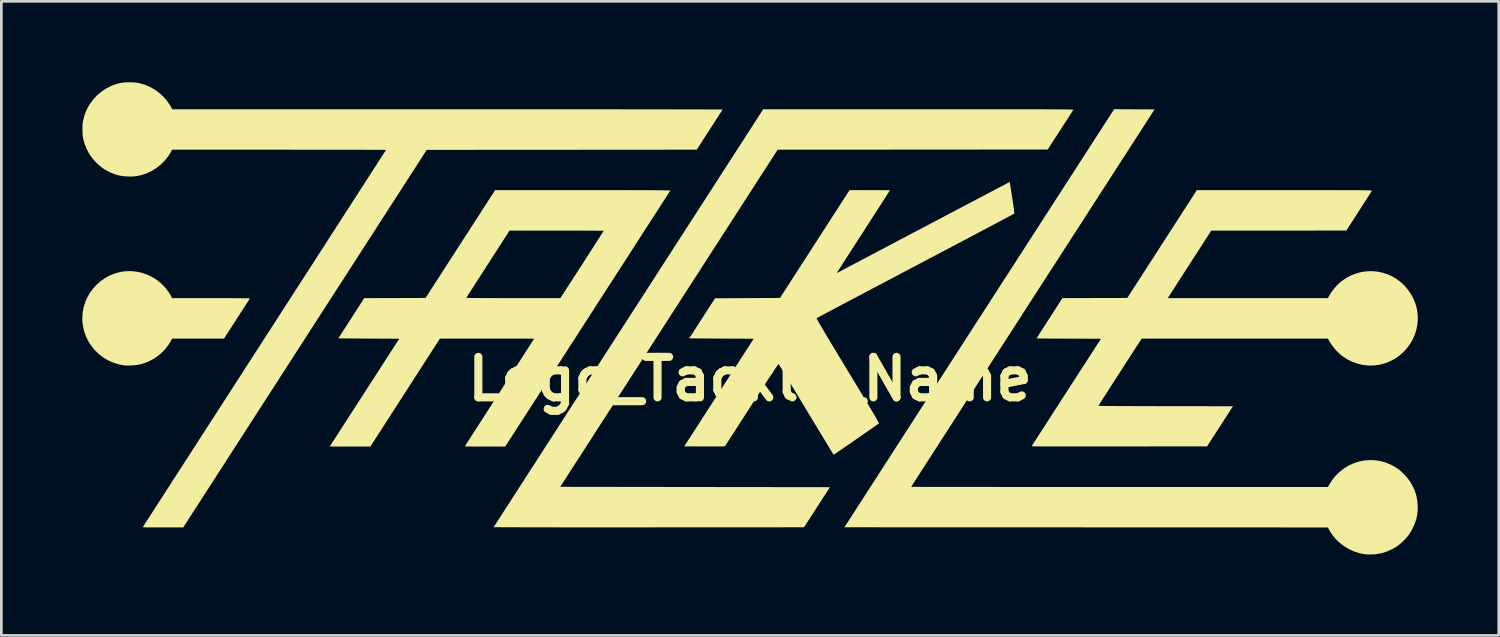
<source format=kicad_pcb>
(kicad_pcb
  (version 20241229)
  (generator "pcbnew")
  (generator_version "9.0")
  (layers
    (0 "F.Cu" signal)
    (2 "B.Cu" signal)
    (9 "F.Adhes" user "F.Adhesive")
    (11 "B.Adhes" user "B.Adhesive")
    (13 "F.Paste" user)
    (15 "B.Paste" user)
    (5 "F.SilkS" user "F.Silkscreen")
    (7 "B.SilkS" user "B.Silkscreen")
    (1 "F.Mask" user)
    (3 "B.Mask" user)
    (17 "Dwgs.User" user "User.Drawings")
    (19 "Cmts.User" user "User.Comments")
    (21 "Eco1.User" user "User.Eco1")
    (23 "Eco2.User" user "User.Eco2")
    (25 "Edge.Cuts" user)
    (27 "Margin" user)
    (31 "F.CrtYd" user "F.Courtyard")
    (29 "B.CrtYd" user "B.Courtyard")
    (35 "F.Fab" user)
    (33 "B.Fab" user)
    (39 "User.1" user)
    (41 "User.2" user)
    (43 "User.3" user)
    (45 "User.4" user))
  (footprint "Logo_Tackle_Name"
    (layer "F.Cu")
    (at 24.752 8.75)
    (property "Reference" "Logo_Tackle_Name" (at 0 2.25 0) (layer "F.SilkS") (effects (font (size 1.5 1.5) (thickness 0.3))))
    (attr board_only exclude_from_pos_files exclude_from_bom)
    (fp_poly (pts (xy -22.927 -1.749) (xy -22.715 -1.726) (xy -22.511 -1.679) (xy -22.316 -1.609) (xy -22.132 -1.516) (xy -21.96 -1.402) (xy -21.801 -1.268) (xy -21.657 -1.114) (xy -21.541 -0.959) (xy -21.509 -0.909) (xy -21.477 -0.855) (xy -21.456 -0.816) (xy -21.422 -0.75) (xy -19.979 -0.75) (xy -19.773 -0.75) (xy -19.577 -0.749) (xy -19.395 -0.749) (xy -19.227 -0.748) (xy -19.074 -0.747) (xy -18.938 -0.746) (xy -18.819 -0.745) (xy -18.72 -0.744) (xy -18.642 -0.743) (xy -18.585 -0.741) (xy -18.551 -0.74) (xy -18.541 -0.738) (xy -18.548 -0.726) (xy -18.568 -0.694) (xy -18.6 -0.644) (xy -18.642 -0.578) (xy -18.693 -0.498) (xy -18.753 -0.406) (xy -18.819 -0.302) (xy -18.892 -0.189) (xy -18.969 -0.069) (xy -19.021 0.011) (xy -19.498 0.75) (xy -20.46 0.75) (xy -21.422 0.75) (xy -21.456 0.816) (xy -21.482 0.863) (xy -21.515 0.918) (xy -21.541 0.959) (xy -21.67 1.13) (xy -21.816 1.282) (xy -21.976 1.414) (xy -22.15 1.527) (xy -22.336 1.617) (xy -22.533 1.686) (xy -22.655 1.716) (xy -22.744 1.73) (xy -22.847 1.741) (xy -22.956 1.747) (xy -23.062 1.749) (xy -23.158 1.746) (xy -23.22 1.74) (xy -23.423 1.699) (xy -23.617 1.637) (xy -23.801 1.553) (xy -23.972 1.451) (xy -24.13 1.33) (xy -24.274 1.194) (xy -24.401 1.042) (xy -24.511 0.878) (xy -24.601 0.702) (xy -24.672 0.516) (xy -24.721 0.322) (xy -24.748 0.121) (xy -24.752 0) (xy -24.74 -0.203) (xy -24.704 -0.399) (xy -24.647 -0.588) (xy -24.57 -0.768) (xy -24.474 -0.937) (xy -24.36 -1.094) (xy -24.23 -1.237) (xy -24.086 -1.366) (xy -23.93 -1.479) (xy -23.761 -1.575) (xy -23.583 -1.651) (xy -23.396 -1.707) (xy -23.202 -1.741) (xy -23.003 -1.751)) (stroke (width 0) (type solid)) (fill yes) (layer "F.SilkS"))
    (fp_poly (pts (xy 6.698 -7.751) (xy 7.13 -7.751) (xy 7.537 -7.751) (xy 7.922 -7.751) (xy 8.283 -7.751) (xy 8.623 -7.751) (xy 8.941 -7.751) (xy 9.238 -7.75) (xy 9.516 -7.75) (xy 9.774 -7.75) (xy 10.014 -7.75) (xy 10.236 -7.75) (xy 10.441 -7.749) (xy 10.629 -7.749) (xy 10.802 -7.749) (xy 10.959 -7.748) (xy 11.102 -7.748) (xy 11.231 -7.747) (xy 11.347 -7.747) (xy 11.451 -7.746) (xy 11.543 -7.746) (xy 11.623 -7.745) (xy 11.694 -7.744) (xy 11.755 -7.743) (xy 11.807 -7.742) (xy 11.85 -7.741) (xy 11.886 -7.74) (xy 11.916 -7.739) (xy 11.938 -7.738) (xy 11.956 -7.737) (xy 11.968 -7.735) (xy 11.976 -7.734) (xy 11.981 -7.732) (xy 11.983 -7.73) (xy 11.983 -7.729) (xy 11.983 -7.729) (xy 11.974 -7.714) (xy 11.952 -7.681) (xy 11.919 -7.629) (xy 11.876 -7.562) (xy 11.824 -7.48) (xy 11.763 -7.387) (xy 11.696 -7.282) (xy 11.623 -7.169) (xy 11.545 -7.049) (xy 11.502 -6.982) (xy 11.033 -6.258) (xy 6.028 -6.254) (xy 1.023 -6.251) (xy -3.007 -0.003) (xy -7.036 6.245) (xy -2.038 6.252) (xy 2.96 6.258) (xy 2.48 7.001) (xy 2.001 7.745) (xy -3.753 7.748) (xy -4.174 7.748) (xy -4.584 7.748) (xy -4.983 7.748) (xy -5.369 7.748) (xy -5.741 7.748) (xy -6.1 7.748) (xy -6.445 7.748) (xy -6.774 7.748) (xy -7.088 7.748) (xy -7.386 7.747) (xy -7.667 7.747) (xy -7.93 7.747) (xy -8.176 7.746) (xy -8.402 7.746) (xy -8.61 7.745) (xy -8.797 7.745) (xy -8.964 7.744) (xy -9.109 7.744) (xy -9.233 7.743) (xy -9.334 7.742) (xy -9.412 7.742) (xy -9.466 7.741) (xy -9.496 7.74) (xy -9.502 7.74) (xy -9.495 7.728) (xy -9.475 7.696) (xy -9.441 7.644) (xy -9.395 7.572) (xy -9.336 7.481) (xy -9.265 7.371) (xy -9.183 7.243) (xy -9.089 7.097) (xy -8.984 6.934) (xy -8.868 6.755) (xy -8.742 6.559) (xy -8.606 6.348) (xy -8.461 6.122) (xy -8.306 5.882) (xy -8.142 5.628) (xy -7.969 5.36) (xy -7.788 5.079) (xy -7.6 4.787) (xy -7.403 4.482) (xy -7.199 4.166) (xy -6.989 3.84) (xy -6.772 3.503) (xy -6.548 3.156) (xy -6.319 2.801) (xy -6.084 2.437) (xy -5.844 2.065) (xy -5.599 1.685) (xy -5.35 1.298) (xy -5.096 0.905) (xy -4.839 0.506) (xy -4.578 0.102) (xy -4.505 -0.011) (xy 0.488 -7.751) (xy 6.242 -7.751)) (stroke (width 0) (type solid)) (fill yes) (layer "F.SilkS"))
    (fp_poly (pts (xy 14.247 -7.748) (xy 14.993 -7.745) (xy 14.932 -7.649) (xy 14.922 -7.633) (xy 14.898 -7.597) (xy 14.862 -7.54) (xy 14.812 -7.463) (xy 14.751 -7.368) (xy 14.677 -7.253) (xy 14.592 -7.121) (xy 14.495 -6.972) (xy 14.388 -6.806) (xy 14.271 -6.624) (xy 14.143 -6.426) (xy 14.006 -6.213) (xy 13.859 -5.985) (xy 13.703 -5.744) (xy 13.539 -5.489) (xy 13.366 -5.222) (xy 13.186 -4.942) (xy 12.998 -4.651) (xy 12.803 -4.348) (xy 12.601 -4.035) (xy 12.393 -3.713) (xy 12.179 -3.381) (xy 11.959 -3.04) (xy 11.734 -2.691) (xy 11.504 -2.334) (xy 11.269 -1.971) (xy 11.03 -1.601) (xy 10.788 -1.225) (xy 10.542 -0.844) (xy 10.421 -0.657) (xy 10.174 -0.274) (xy 9.931 0.104) (xy 9.691 0.476) (xy 9.455 0.841) (xy 9.224 1.199) (xy 8.998 1.55) (xy 8.777 1.893) (xy 8.561 2.227) (xy 8.352 2.552) (xy 8.149 2.867) (xy 7.952 3.172) (xy 7.763 3.465) (xy 7.581 3.748) (xy 7.407 4.018) (xy 7.241 4.275) (xy 7.083 4.52) (xy 6.934 4.751) (xy 6.795 4.967) (xy 6.665 5.169) (xy 6.545 5.355) (xy 6.436 5.525) (xy 6.337 5.678) (xy 6.249 5.815) (xy 6.172 5.934) (xy 6.108 6.034) (xy 6.055 6.116) (xy 6.015 6.178) (xy 5.988 6.221) (xy 5.974 6.243) (xy 5.972 6.246) (xy 5.985 6.246) (xy 6.022 6.247) (xy 6.083 6.247) (xy 6.168 6.247) (xy 6.275 6.247) (xy 6.405 6.248) (xy 6.555 6.248) (xy 6.726 6.248) (xy 6.917 6.249) (xy 7.128 6.249) (xy 7.356 6.249) (xy 7.603 6.249) (xy 7.867 6.25) (xy 8.147 6.25) (xy 8.443 6.25) (xy 8.754 6.25) (xy 9.079 6.25) (xy 9.418 6.251) (xy 9.77 6.251) (xy 10.135 6.251) (xy 10.511 6.251) (xy 10.897 6.251) (xy 11.295 6.251) (xy 11.701 6.251) (xy 12.117 6.251) (xy 12.54 6.251) (xy 12.972 6.252) (xy 13.409 6.252) (xy 13.696 6.252) (xy 21.421 6.252) (xy 21.472 6.159) (xy 21.576 5.994) (xy 21.701 5.839) (xy 21.845 5.698) (xy 22.003 5.572) (xy 22.173 5.466) (xy 22.2 5.452) (xy 22.39 5.366) (xy 22.586 5.305) (xy 22.786 5.267) (xy 22.987 5.253) (xy 23.188 5.263) (xy 23.387 5.296) (xy 23.582 5.353) (xy 23.77 5.433) (xy 23.951 5.536) (xy 24.052 5.606) (xy 24.126 5.668) (xy 24.207 5.744) (xy 24.289 5.83) (xy 24.365 5.917) (xy 24.43 6) (xy 24.451 6.031) (xy 24.555 6.205) (xy 24.636 6.379) (xy 24.694 6.557) (xy 24.731 6.744) (xy 24.747 6.938) (xy 24.747 7.12) (xy 24.729 7.29) (xy 24.693 7.453) (xy 24.637 7.617) (xy 24.568 7.77) (xy 24.484 7.923) (xy 24.39 8.06) (xy 24.281 8.188) (xy 24.203 8.266) (xy 24.087 8.369) (xy 23.972 8.455) (xy 23.849 8.53) (xy 23.745 8.583) (xy 23.555 8.662) (xy 23.363 8.716) (xy 23.166 8.746) (xy 22.986 8.753) (xy 22.923 8.752) (xy 22.867 8.75) (xy 22.823 8.748) (xy 22.802 8.746) (xy 22.6 8.707) (xy 22.404 8.646) (xy 22.217 8.562) (xy 22.04 8.459) (xy 21.876 8.337) (xy 21.728 8.198) (xy 21.596 8.044) (xy 21.485 7.875) (xy 21.465 7.84) (xy 21.417 7.751) (xy 12.457 7.748) (xy 3.497 7.745) (xy 8.476 0.025) (xy 8.738 -0.38) (xy 8.996 -0.78) (xy 9.251 -1.175) (xy 9.501 -1.563) (xy 9.747 -1.944) (xy 9.989 -2.319) (xy 10.225 -2.685) (xy 10.456 -3.043) (xy 10.681 -3.391) (xy 10.9 -3.731) (xy 11.112 -4.06) (xy 11.318 -4.379) (xy 11.517 -4.687) (xy 11.708 -4.983) (xy 11.891 -5.267) (xy 12.066 -5.538) (xy 12.233 -5.796) (xy 12.391 -6.04) (xy 12.539 -6.271) (xy 12.678 -6.486) (xy 12.807 -6.686) (xy 12.926 -6.87) (xy 13.034 -7.037) (xy 13.132 -7.188) (xy 13.218 -7.321) (xy 13.292 -7.436) (xy 13.355 -7.532) (xy 13.405 -7.61) (xy 13.442 -7.667) (xy 13.466 -7.705) (xy 13.478 -7.722) (xy 13.478 -7.723) (xy 13.501 -7.752)) (stroke (width 0) (type solid)) (fill yes) (layer "F.SilkS"))
    (fp_poly (pts (xy -22.898 -8.748) (xy -22.785 -8.74) (xy -22.684 -8.727) (xy -22.643 -8.719) (xy -22.441 -8.661) (xy -22.249 -8.581) (xy -22.068 -8.479) (xy -21.9 -8.357) (xy -21.747 -8.217) (xy -21.611 -8.061) (xy -21.494 -7.889) (xy -21.467 -7.843) (xy -21.417 -7.751) (xy -11.215 -7.751) (xy -10.659 -7.751) (xy -10.114 -7.751) (xy -9.579 -7.751) (xy -9.056 -7.751) (xy -8.544 -7.751) (xy -8.045 -7.75) (xy -7.559 -7.75) (xy -7.086 -7.75) (xy -6.627 -7.75) (xy -6.183 -7.75) (xy -5.753 -7.749) (xy -5.339 -7.749) (xy -4.94 -7.749) (xy -4.558 -7.748) (xy -4.193 -7.748) (xy -3.844 -7.748) (xy -3.514 -7.747) (xy -3.202 -7.747) (xy -2.908 -7.746) (xy -2.634 -7.746) (xy -2.38 -7.746) (xy -2.145 -7.745) (xy -1.932 -7.745) (xy -1.739 -7.744) (xy -1.568 -7.743) (xy -1.42 -7.743) (xy -1.294 -7.742) (xy -1.191 -7.742) (xy -1.111 -7.741) (xy -1.056 -7.741) (xy -1.025 -7.74) (xy -1.019 -7.74) (xy -1.026 -7.727) (xy -1.046 -7.695) (xy -1.078 -7.646) (xy -1.12 -7.58) (xy -1.171 -7.5) (xy -1.231 -7.407) (xy -1.297 -7.303) (xy -1.37 -7.191) (xy -1.447 -7.071) (xy -1.499 -6.99) (xy -1.976 -6.252) (xy -6.98 -6.248) (xy -11.984 -6.245) (xy -16.497 0.752) (xy -21.01 7.75) (xy -21.763 7.75) (xy -21.924 7.75) (xy -22.061 7.75) (xy -22.175 7.75) (xy -22.27 7.749) (xy -22.346 7.748) (xy -22.405 7.747) (xy -22.449 7.745) (xy -22.479 7.743) (xy -22.498 7.74) (xy -22.506 7.737) (xy -22.507 7.734) (xy -22.499 7.722) (xy -22.479 7.69) (xy -22.445 7.638) (xy -22.398 7.565) (xy -22.339 7.474) (xy -22.268 7.364) (xy -22.186 7.236) (xy -22.092 7.091) (xy -21.988 6.929) (xy -21.873 6.75) (xy -21.747 6.556) (xy -21.612 6.347) (xy -21.468 6.123) (xy -21.314 5.885) (xy -21.152 5.633) (xy -20.981 5.369) (xy -20.803 5.092) (xy -20.616 4.803) (xy -20.423 4.503) (xy -20.223 4.192) (xy -20.016 3.871) (xy -19.802 3.541) (xy -19.584 3.202) (xy -19.359 2.854) (xy -19.13 2.498) (xy -18.895 2.135) (xy -18.657 1.765) (xy -18.414 1.389) (xy -18.168 1.008) (xy -17.995 0.74) (xy -17.747 0.355) (xy -17.502 -0.025) (xy -17.261 -0.399) (xy -17.023 -0.767) (xy -16.791 -1.127) (xy -16.563 -1.481) (xy -16.34 -1.826) (xy -16.124 -2.162) (xy -15.913 -2.489) (xy -15.708 -2.807) (xy -15.51 -3.114) (xy -15.319 -3.41) (xy -15.135 -3.695) (xy -14.959 -3.968) (xy -14.792 -4.228) (xy -14.632 -4.475) (xy -14.482 -4.709) (xy -14.341 -4.928) (xy -14.209 -5.132) (xy -14.087 -5.321) (xy -13.976 -5.494) (xy -13.875 -5.651) (xy -13.785 -5.791) (xy -13.707 -5.913) (xy -13.64 -6.016) (xy -13.585 -6.102) (xy -13.543 -6.167) (xy -13.514 -6.213) (xy -13.497 -6.239) (xy -13.494 -6.244) (xy -13.507 -6.245) (xy -13.544 -6.245) (xy -13.604 -6.246) (xy -13.687 -6.247) (xy -13.792 -6.247) (xy -13.917 -6.248) (xy -14.062 -6.248) (xy -14.225 -6.248) (xy -14.406 -6.249) (xy -14.604 -6.249) (xy -14.818 -6.25) (xy -15.046 -6.25) (xy -15.289 -6.25) (xy -15.544 -6.251) (xy -15.811 -6.251) (xy -16.089 -6.251) (xy -16.378 -6.251) (xy -16.675 -6.251) (xy -16.98 -6.251) (xy -17.292 -6.252) (xy -17.457 -6.252) (xy -21.421 -6.252) (xy -21.472 -6.159) (xy -21.577 -5.992) (xy -21.703 -5.837) (xy -21.847 -5.696) (xy -22.007 -5.57) (xy -22.178 -5.463) (xy -22.359 -5.378) (xy -22.431 -5.351) (xy -22.572 -5.307) (xy -22.706 -5.278) (xy -22.844 -5.261) (xy -22.992 -5.256) (xy -23.181 -5.264) (xy -23.356 -5.289) (xy -23.523 -5.333) (xy -23.69 -5.397) (xy -23.78 -5.44) (xy -23.915 -5.515) (xy -24.04 -5.601) (xy -24.161 -5.702) (xy -24.238 -5.775) (xy -24.378 -5.932) (xy -24.498 -6.103) (xy -24.596 -6.288) (xy -24.672 -6.486) (xy -24.722 -6.672) (xy -24.734 -6.747) (xy -24.742 -6.841) (xy -24.746 -6.946) (xy -24.746 -7.054) (xy -24.742 -7.159) (xy -24.735 -7.253) (xy -24.723 -7.33) (xy -24.722 -7.332) (xy -24.666 -7.541) (xy -24.588 -7.737) (xy -24.488 -7.919) (xy -24.367 -8.088) (xy -24.224 -8.246) (xy -24.215 -8.254) (xy -24.054 -8.394) (xy -23.885 -8.51) (xy -23.705 -8.604) (xy -23.513 -8.677) (xy -23.329 -8.725) (xy -23.24 -8.739) (xy -23.133 -8.747) (xy -23.017 -8.75)) (stroke (width 0) (type solid)) (fill yes) (layer "F.SilkS"))
    (fp_poly (pts (xy 20.153 -4.752) (xy 20.47 -4.752) (xy 20.763 -4.752) (xy 21.033 -4.752) (xy 21.282 -4.752) (xy 21.509 -4.752) (xy 21.717 -4.751) (xy 21.905 -4.751) (xy 22.075 -4.751) (xy 22.228 -4.75) (xy 22.365 -4.75) (xy 22.485 -4.749) (xy 22.592 -4.749) (xy 22.684 -4.748) (xy 22.764 -4.747) (xy 22.832 -4.746) (xy 22.888 -4.745) (xy 22.935 -4.744) (xy 22.972 -4.743) (xy 23.001 -4.741) (xy 23.023 -4.74) (xy 23.038 -4.738) (xy 23.047 -4.736) (xy 23.051 -4.734) (xy 23.052 -4.732) (xy 23.052 -4.732) (xy 23.043 -4.718) (xy 23.022 -4.685) (xy 22.99 -4.634) (xy 22.947 -4.566) (xy 22.894 -4.485) (xy 22.834 -4.391) (xy 22.767 -4.287) (xy 22.695 -4.174) (xy 22.617 -4.054) (xy 22.572 -3.983) (xy 22.103 -3.254) (xy 19.6 -3.253) (xy 17.096 -3.252) (xy 16.321 -2.051) (xy 16.219 -1.891) (xy 16.119 -1.737) (xy 16.024 -1.59) (xy 15.935 -1.451) (xy 15.851 -1.321) (xy 15.775 -1.202) (xy 15.707 -1.096) (xy 15.647 -1.004) (xy 15.598 -0.927) (xy 15.559 -0.867) (xy 15.532 -0.824) (xy 15.518 -0.802) (xy 15.516 -0.799) (xy 15.486 -0.75) (xy 18.454 -0.75) (xy 21.422 -0.75) (xy 21.456 -0.816) (xy 21.518 -0.923) (xy 21.597 -1.035) (xy 21.687 -1.147) (xy 21.785 -1.252) (xy 21.884 -1.344) (xy 21.938 -1.387) (xy 22.112 -1.504) (xy 22.294 -1.598) (xy 22.482 -1.669) (xy 22.672 -1.718) (xy 22.865 -1.744) (xy 23.057 -1.749) (xy 23.248 -1.732) (xy 23.436 -1.695) (xy 23.618 -1.637) (xy 23.794 -1.559) (xy 23.961 -1.461) (xy 24.117 -1.344) (xy 24.262 -1.209) (xy 24.392 -1.055) (xy 24.507 -0.884) (xy 24.586 -0.736) (xy 24.664 -0.543) (xy 24.718 -0.345) (xy 24.747 -0.144) (xy 24.752 0.058) (xy 24.732 0.261) (xy 24.688 0.461) (xy 24.62 0.657) (xy 24.575 0.757) (xy 24.471 0.94) (xy 24.348 1.109) (xy 24.207 1.261) (xy 24.05 1.396) (xy 23.878 1.512) (xy 23.692 1.606) (xy 23.525 1.67) (xy 23.327 1.721) (xy 23.125 1.747) (xy 22.923 1.749) (xy 22.722 1.727) (xy 22.524 1.682) (xy 22.33 1.614) (xy 22.144 1.523) (xy 21.968 1.409) (xy 21.938 1.387) (xy 21.84 1.304) (xy 21.74 1.205) (xy 21.645 1.097) (xy 21.559 0.984) (xy 21.487 0.873) (xy 21.456 0.816) (xy 21.422 0.75) (xy 17.969 0.75) (xy 14.516 0.75) (xy 13.716 1.99) (xy 13.612 2.151) (xy 13.512 2.306) (xy 13.417 2.454) (xy 13.327 2.593) (xy 13.244 2.723) (xy 13.168 2.841) (xy 13.1 2.947) (xy 13.041 3.038) (xy 12.992 3.114) (xy 12.954 3.174) (xy 12.928 3.216) (xy 12.914 3.238) (xy 12.912 3.242) (xy 12.924 3.243) (xy 12.96 3.244) (xy 13.02 3.245) (xy 13.102 3.246) (xy 13.206 3.247) (xy 13.329 3.249) (xy 13.472 3.25) (xy 13.633 3.251) (xy 13.812 3.252) (xy 14.006 3.252) (xy 14.216 3.253) (xy 14.439 3.254) (xy 14.676 3.255) (xy 14.924 3.255) (xy 15.184 3.256) (xy 15.404 3.256) (xy 17.9 3.259) (xy 17.42 4.003) (xy 16.94 4.746) (xy 13.686 4.749) (xy 13.346 4.749) (xy 13.03 4.75) (xy 12.738 4.75) (xy 12.469 4.75) (xy 12.221 4.75) (xy 11.995 4.75) (xy 11.788 4.75) (xy 11.6 4.75) (xy 11.431 4.75) (xy 11.278 4.75) (xy 11.142 4.75) (xy 11.022 4.749) (xy 10.916 4.749) (xy 10.823 4.748) (xy 10.744 4.747) (xy 10.676 4.747) (xy 10.618 4.746) (xy 10.571 4.745) (xy 10.533 4.743) (xy 10.503 4.742) (xy 10.48 4.741) (xy 10.464 4.739) (xy 10.453 4.737) (xy 10.447 4.735) (xy 10.444 4.733) (xy 10.443 4.731) (xy 10.444 4.73) (xy 10.452 4.717) (xy 10.473 4.684) (xy 10.507 4.632) (xy 10.552 4.561) (xy 10.609 4.474) (xy 10.675 4.37) (xy 10.752 4.252) (xy 10.837 4.119) (xy 10.931 3.974) (xy 11.032 3.817) (xy 11.14 3.649) (xy 11.254 3.472) (xy 11.374 3.286) (xy 11.499 3.093) (xy 11.628 2.893) (xy 11.732 2.732) (xy 13.008 0.756) (xy 11.815 0.753) (xy 11.643 0.752) (xy 11.479 0.752) (xy 11.324 0.751) (xy 11.18 0.75) (xy 11.048 0.749) (xy 10.931 0.748) (xy 10.83 0.747) (xy 10.747 0.745) (xy 10.684 0.744) (xy 10.642 0.743) (xy 10.623 0.742) (xy 10.623 0.742) (xy 10.629 0.73) (xy 10.649 0.699) (xy 10.68 0.649) (xy 10.721 0.584) (xy 10.772 0.504) (xy 10.831 0.412) (xy 10.897 0.309) (xy 10.969 0.196) (xy 11.047 0.076) (xy 11.101 -0.008) (xy 11.579 -0.75) (xy 12.781 -0.753) (xy 13.983 -0.756) (xy 15.272 -2.754) (xy 16.561 -4.752) (xy 19.812 -4.752)) (stroke (width 0) (type solid)) (fill yes) (layer "F.SilkS"))
    (fp_poly (pts (xy -5.847 -4.752) (xy -5.521 -4.752) (xy -5.218 -4.752) (xy -4.939 -4.752) (xy -4.681 -4.752) (xy -4.446 -4.751) (xy -4.231 -4.751) (xy -4.036 -4.751) (xy -3.86 -4.75) (xy -3.702 -4.749) (xy -3.562 -4.749) (xy -3.439 -4.748) (xy -3.332 -4.747) (xy -3.24 -4.746) (xy -3.162 -4.745) (xy -3.098 -4.744) (xy -3.047 -4.743) (xy -3.008 -4.742) (xy -2.981 -4.74) (xy -2.963 -4.739) (xy -2.956 -4.737) (xy -2.956 -4.736) (xy -2.963 -4.725) (xy -2.983 -4.693) (xy -3.017 -4.641) (xy -3.062 -4.571) (xy -3.119 -4.483) (xy -3.187 -4.377) (xy -3.266 -4.255) (xy -3.354 -4.118) (xy -3.452 -3.966) (xy -3.559 -3.8) (xy -3.674 -3.621) (xy -3.798 -3.43) (xy -3.928 -3.228) (xy -4.065 -3.015) (xy -4.209 -2.793) (xy -4.358 -2.561) (xy -4.512 -2.322) (xy -4.671 -2.076) (xy -4.833 -1.824) (xy -5 -1.566) (xy -5.169 -1.303) (xy -5.341 -1.037) (xy -5.514 -0.768) (xy -5.689 -0.497) (xy -5.865 -0.224) (xy -6.041 0.049) (xy -6.217 0.321) (xy -6.391 0.592) (xy -6.565 0.862) (xy -6.737 1.128) (xy -6.906 1.39) (xy -7.072 1.648) (xy -7.235 1.9) (xy -7.393 2.146) (xy -7.547 2.385) (xy -7.696 2.616) (xy -7.84 2.838) (xy -7.977 3.05) (xy -8.107 3.252) (xy -8.23 3.443) (xy -8.345 3.621) (xy -8.452 3.787) (xy -8.549 3.938) (xy -8.638 4.075) (xy -8.716 4.196) (xy -8.784 4.301) (xy -8.84 4.389) (xy -8.885 4.459) (xy -8.917 4.508) (xy -9.075 4.752) (xy -9.823 4.752) (xy -9.959 4.752) (xy -10.086 4.752) (xy -10.203 4.751) (xy -10.308 4.751) (xy -10.399 4.75) (xy -10.473 4.749) (xy -10.528 4.748) (xy -10.561 4.747) (xy -10.572 4.746) (xy -10.565 4.735) (xy -10.545 4.704) (xy -10.513 4.653) (xy -10.469 4.584) (xy -10.414 4.498) (xy -10.348 4.396) (xy -10.273 4.279) (xy -10.188 4.148) (xy -10.096 4.004) (xy -9.995 3.848) (xy -9.888 3.681) (xy -9.774 3.504) (xy -9.655 3.319) (xy -9.53 3.126) (xy -9.402 2.926) (xy -9.288 2.751) (xy -9.156 2.546) (xy -9.028 2.348) (xy -8.905 2.156) (xy -8.786 1.971) (xy -8.673 1.796) (xy -8.567 1.631) (xy -8.467 1.477) (xy -8.376 1.334) (xy -8.293 1.205) (xy -8.219 1.09) (xy -8.155 0.99) (xy -8.101 0.907) (xy -8.059 0.84) (xy -8.028 0.792) (xy -8.01 0.764) (xy -8.005 0.756) (xy -8.017 0.755) (xy -8.054 0.754) (xy -8.113 0.754) (xy -8.193 0.753) (xy -8.292 0.752) (xy -8.41 0.752) (xy -8.545 0.751) (xy -8.694 0.751) (xy -8.858 0.751) (xy -9.034 0.75) (xy -9.22 0.75) (xy -9.417 0.75) (xy -9.621 0.75) (xy -9.75 0.75) (xy -11.495 0.75) (xy -12.783 2.75) (xy -14.072 4.751) (xy -14.827 4.751) (xy -15.581 4.752) (xy -15.562 4.724) (xy -15.553 4.71) (xy -15.531 4.676) (xy -15.497 4.623) (xy -15.452 4.552) (xy -15.395 4.465) (xy -15.329 4.363) (xy -15.254 4.246) (xy -15.171 4.117) (xy -15.08 3.975) (xy -14.982 3.824) (xy -14.878 3.663) (xy -14.769 3.494) (xy -14.656 3.319) (xy -14.539 3.137) (xy -14.536 3.132) (xy -14.414 2.943) (xy -14.292 2.755) (xy -14.172 2.569) (xy -14.055 2.387) (xy -13.941 2.21) (xy -13.832 2.041) (xy -13.729 1.881) (xy -13.632 1.732) (xy -13.544 1.594) (xy -13.464 1.47) (xy -13.394 1.362) (xy -13.336 1.271) (xy -13.289 1.199) (xy -13.266 1.163) (xy -13.003 0.756) (xy -14.132 0.75) (xy -15.261 0.743) (xy -14.781 -0.003) (xy -14.301 -0.749) (xy -13.164 -0.752) (xy -12.028 -0.756) (xy -12.025 -0.76) (xy -10.519 -0.76) (xy -10.507 -0.759) (xy -10.471 -0.758) (xy -10.412 -0.757) (xy -10.333 -0.755) (xy -10.234 -0.754) (xy -10.116 -0.753) (xy -9.982 -0.753) (xy -9.833 -0.752) (xy -9.67 -0.751) (xy -9.494 -0.751) (xy -9.308 -0.75) (xy -9.112 -0.75) (xy -8.908 -0.75) (xy -8.777 -0.75) (xy -7.03 -0.75) (xy -6.228 -1.993) (xy -6.124 -2.155) (xy -6.024 -2.31) (xy -5.929 -2.458) (xy -5.839 -2.597) (xy -5.756 -2.726) (xy -5.68 -2.845) (xy -5.613 -2.95) (xy -5.554 -3.042) (xy -5.505 -3.118) (xy -5.468 -3.177) (xy -5.441 -3.219) (xy -5.428 -3.241) (xy -5.426 -3.245) (xy -5.438 -3.246) (xy -5.475 -3.247) (xy -5.533 -3.248) (xy -5.613 -3.248) (xy -5.713 -3.249) (xy -5.831 -3.25) (xy -5.965 -3.251) (xy -6.115 -3.251) (xy -6.278 -3.252) (xy -6.454 -3.252) (xy -6.641 -3.252) (xy -6.837 -3.253) (xy -7.041 -3.253) (xy -7.17 -3.253) (xy -8.914 -3.253) (xy -9.714 -2.012) (xy -9.818 -1.85) (xy -9.918 -1.695) (xy -10.013 -1.547) (xy -10.103 -1.408) (xy -10.186 -1.279) (xy -10.262 -1.16) (xy -10.33 -1.055) (xy -10.389 -0.963) (xy -10.438 -0.887) (xy -10.476 -0.828) (xy -10.503 -0.786) (xy -10.517 -0.764) (xy -10.519 -0.76) (xy -12.025 -0.76) (xy -10.739 -2.754) (xy -9.45 -4.752) (xy -6.198 -4.752)) (stroke (width 0) (type solid)) (fill yes) (layer "F.SilkS"))
    (fp_poly (pts (xy 9.628 -5.041) (xy 9.633 -5.006) (xy 9.642 -4.95) (xy 9.654 -4.877) (xy 9.668 -4.789) (xy 9.684 -4.688) (xy 9.701 -4.577) (xy 9.717 -4.473) (xy 9.74 -4.328) (xy 9.758 -4.206) (xy 9.772 -4.107) (xy 9.783 -4.028) (xy 9.79 -3.967) (xy 9.794 -3.924) (xy 9.795 -3.896) (xy 9.793 -3.882) (xy 9.792 -3.88) (xy 9.78 -3.873) (xy 9.746 -3.855) (xy 9.691 -3.826) (xy 9.617 -3.786) (xy 9.523 -3.736) (xy 9.411 -3.677) (xy 9.281 -3.608) (xy 9.135 -3.53) (xy 8.973 -3.445) (xy 8.796 -3.351) (xy 8.606 -3.25) (xy 8.401 -3.142) (xy 8.185 -3.028) (xy 7.957 -2.907) (xy 7.718 -2.781) (xy 7.469 -2.65) (xy 7.212 -2.514) (xy 6.946 -2.374) (xy 6.672 -2.229) (xy 6.393 -2.082) (xy 6.131 -1.944) (xy 5.846 -1.794) (xy 5.566 -1.646) (xy 5.294 -1.502) (xy 5.028 -1.362) (xy 4.771 -1.227) (xy 4.523 -1.096) (xy 4.285 -0.97) (xy 4.058 -0.85) (xy 3.842 -0.736) (xy 3.639 -0.629) (xy 3.449 -0.528) (xy 3.274 -0.435) (xy 3.113 -0.35) (xy 2.968 -0.273) (xy 2.84 -0.205) (xy 2.729 -0.146) (xy 2.637 -0.097) (xy 2.563 -0.058) (xy 2.51 -0.03) (xy 2.478 -0.012) (xy 2.468 -0.006) (xy 2.468 -0.001) (xy 2.473 0.013) (xy 2.483 0.035) (xy 2.5 0.066) (xy 2.523 0.107) (xy 2.552 0.16) (xy 2.59 0.224) (xy 2.635 0.301) (xy 2.688 0.392) (xy 2.75 0.497) (xy 2.822 0.617) (xy 2.903 0.753) (xy 2.995 0.906) (xy 3.098 1.076) (xy 3.212 1.265) (xy 3.337 1.474) (xy 3.475 1.702) (xy 3.622 1.944) (xy 3.767 2.185) (xy 3.9 2.405) (xy 4.021 2.605) (xy 4.131 2.786) (xy 4.229 2.949) (xy 4.317 3.096) (xy 4.396 3.226) (xy 4.465 3.341) (xy 4.525 3.442) (xy 4.577 3.53) (xy 4.622 3.606) (xy 4.659 3.67) (xy 4.69 3.724) (xy 4.715 3.769) (xy 4.735 3.805) (xy 4.75 3.833) (xy 4.761 3.855) (xy 4.768 3.872) (xy 4.771 3.884) (xy 4.773 3.892) (xy 4.772 3.897) (xy 4.769 3.9) (xy 4.769 3.901) (xy 4.756 3.911) (xy 4.723 3.934) (xy 4.675 3.968) (xy 4.611 4.013) (xy 4.534 4.066) (xy 4.446 4.128) (xy 4.349 4.195) (xy 4.245 4.267) (xy 4.135 4.343) (xy 4.022 4.422) (xy 3.908 4.501) (xy 3.794 4.58) (xy 3.682 4.657) (xy 3.575 4.731) (xy 3.474 4.801) (xy 3.38 4.865) (xy 3.297 4.922) (xy 3.226 4.97) (xy 3.169 5.01) (xy 3.127 5.038) (xy 3.103 5.054) (xy 3.098 5.057) (xy 3.091 5.046) (xy 3.072 5.014) (xy 3.041 4.964) (xy 2.999 4.895) (xy 2.946 4.809) (xy 2.885 4.707) (xy 2.814 4.59) (xy 2.735 4.46) (xy 2.649 4.318) (xy 2.556 4.164) (xy 2.457 4) (xy 2.352 3.828) (xy 2.244 3.648) (xy 2.131 3.461) (xy 2.085 3.386) (xy 1.971 3.196) (xy 1.86 3.013) (xy 1.753 2.836) (xy 1.652 2.668) (xy 1.556 2.509) (xy 1.466 2.361) (xy 1.383 2.224) (xy 1.308 2.101) (xy 1.242 1.991) (xy 1.185 1.897) (xy 1.138 1.819) (xy 1.101 1.759) (xy 1.076 1.718) (xy 1.063 1.697) (xy 1.062 1.695) (xy 1.058 1.695) (xy 1.05 1.702) (xy 1.037 1.716) (xy 1.02 1.739) (xy 0.996 1.772) (xy 0.966 1.815) (xy 0.929 1.869) (xy 0.885 1.935) (xy 0.832 2.015) (xy 0.77 2.109) (xy 0.699 2.218) (xy 0.618 2.343) (xy 0.525 2.485) (xy 0.422 2.645) (xy 0.307 2.823) (xy 0.179 3.022) (xy 0.065 3.198) (xy -0.05 3.376) (xy -0.162 3.55) (xy -0.269 3.716) (xy -0.371 3.874) (xy -0.466 4.022) (xy -0.555 4.16) (xy -0.637 4.286) (xy -0.709 4.399) (xy -0.773 4.498) (xy -0.827 4.582) (xy -0.87 4.648) (xy -0.901 4.697) (xy -0.92 4.727) (xy -0.926 4.736) (xy -0.933 4.74) (xy -0.951 4.743) (xy -0.98 4.745) (xy -1.024 4.747) (xy -1.083 4.748) (xy -1.16 4.749) (xy -1.255 4.75) (xy -1.37 4.75) (xy -1.507 4.75) (xy -1.668 4.749) (xy -1.687 4.749) (xy -2.439 4.746) (xy -1.152 2.751) (xy 0.135 0.756) (xy -1.061 0.75) (xy -2.256 0.743) (xy -1.777 0) (xy -1.297 -0.743) (xy -0.093 -0.75) (xy 1.11 -0.756) (xy 2.399 -2.754) (xy 3.688 -4.752) (xy 4.436 -4.752) (xy 4.571 -4.752) (xy 4.699 -4.752) (xy 4.816 -4.751) (xy 4.921 -4.751) (xy 5.012 -4.75) (xy 5.085 -4.749) (xy 5.14 -4.748) (xy 5.174 -4.747) (xy 5.184 -4.746) (xy 5.177 -4.734) (xy 5.158 -4.703) (xy 5.126 -4.653) (xy 5.082 -4.585) (xy 5.028 -4.5) (xy 4.964 -4.4) (xy 4.891 -4.286) (xy 4.81 -4.16) (xy 4.721 -4.022) (xy 4.625 -3.873) (xy 4.523 -3.715) (xy 4.416 -3.549) (xy 4.305 -3.377) (xy 4.223 -3.249) (xy 4.084 -3.034) (xy 3.958 -2.84) (xy 3.845 -2.664) (xy 3.744 -2.507) (xy 3.654 -2.368) (xy 3.575 -2.245) (xy 3.505 -2.137) (xy 3.445 -2.043) (xy 3.394 -1.963) (xy 3.35 -1.895) (xy 3.315 -1.839) (xy 3.286 -1.793) (xy 3.263 -1.757) (xy 3.245 -1.729) (xy 3.233 -1.708) (xy 3.225 -1.693) (xy 3.221 -1.684) (xy 3.219 -1.68) (xy 3.221 -1.679) (xy 3.223 -1.68) (xy 3.227 -1.682) (xy 3.232 -1.685) (xy 3.235 -1.687) (xy 3.286 -1.714) (xy 3.356 -1.751) (xy 3.445 -1.798) (xy 3.551 -1.854) (xy 3.672 -1.919) (xy 3.809 -1.991) (xy 3.96 -2.071) (xy 4.123 -2.157) (xy 4.299 -2.249) (xy 4.484 -2.348) (xy 4.68 -2.451) (xy 4.884 -2.558) (xy 5.095 -2.67) (xy 5.313 -2.784) (xy 5.535 -2.902) (xy 5.762 -3.021) (xy 5.992 -3.143) (xy 6.224 -3.265) (xy 6.457 -3.387) (xy 6.689 -3.51) (xy 6.921 -3.632) (xy 7.149 -3.752) (xy 7.375 -3.871) (xy 7.596 -3.987) (xy 7.811 -4.101) (xy 8.019 -4.21) (xy 8.22 -4.316) (xy 8.411 -4.417) (xy 8.593 -4.513) (xy 8.764 -4.602) (xy 8.922 -4.686) (xy 9.068 -4.762) (xy 9.198 -4.831) (xy 9.314 -4.892) (xy 9.413 -4.944) (xy 9.494 -4.986) (xy 9.557 -5.019) (xy 9.6 -5.042) (xy 9.622 -5.053) (xy 9.625 -5.054)) (stroke (width 0) (type solid)) (fill yes) (layer "F.SilkS")))
  (gr_rect
    (start -3 -3)
    (end 52.503 20.503)
    (stroke (width 0.1) (type default))
    (fill no)
    (layer "Edge.Cuts")))
</source>
